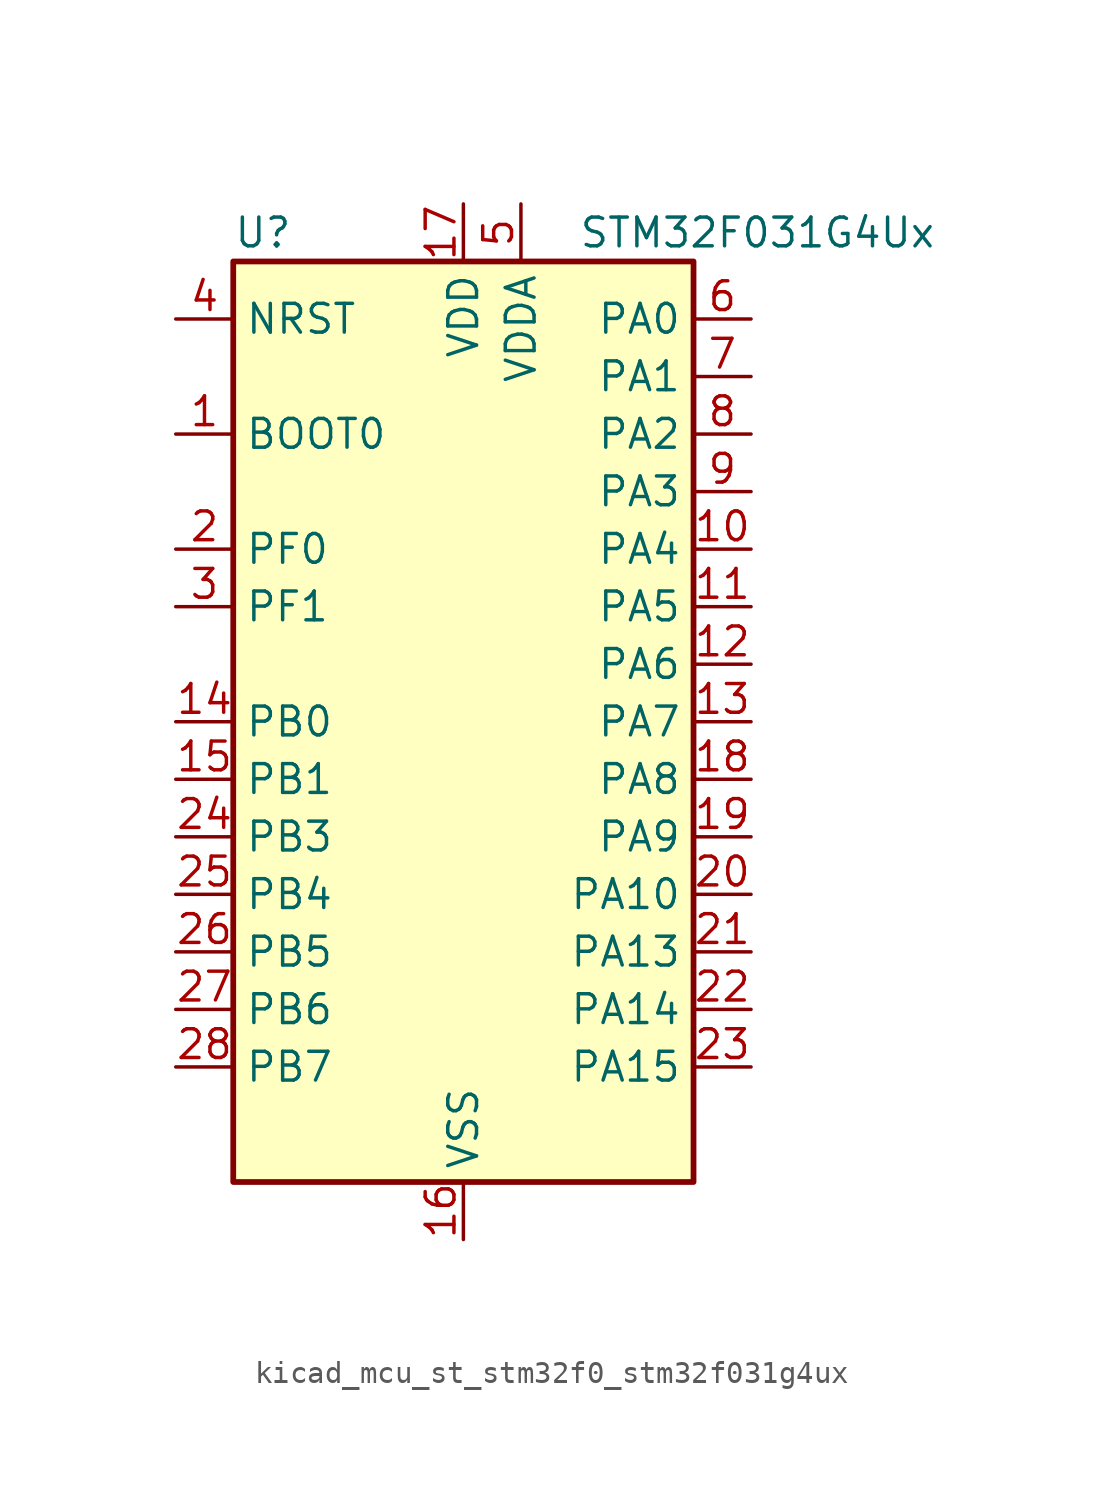
<source format=kicad_sym>
(kicad_symbol_lib
  (version 20220914)
  (generator kicad_symbol_editor)
  (symbol "kicad_mcu_st_stm32f0_stm32f031g4ux"
    (property "Reference" "U"
      (at -10.16 21.59 0)
      (effects (font (size 1.27 1.27)) (justify left)))
    (property "Value" "STM32F031G4Ux"
      (at 5.08 21.59 0)
      (effects (font (size 1.27 1.27)) (justify left)))
    (property "ki_locked" ""
      (at 0 0 0)
      (effects (font (size 1.27 1.27))))
    (symbol "kicad_mcu_st_stm32f0_stm32f031g4ux_0_1"
      (rectangle (start -10.16 -20.32) (end 10.16 20.32) (stroke (width 0.254) (type default)) (fill (type background))))
    (symbol "kicad_mcu_st_stm32f0_stm32f031g4ux_1_1"
      (pin input line (at -12.7 12.7 0) (length 2.54) (name "BOOT0" (effects (font (size 1.27 1.27)))) (number "1" (effects (font (size 1.27 1.27)))))
      (pin bidirectional line (at 12.7 7.62 180) (length 2.54) (name "PA4" (effects (font (size 1.27 1.27)))) (number "10" (effects (font (size 1.27 1.27)))) (alternate "ADC_IN4" bidirectional line) (alternate "I2S1_WS" bidirectional line) (alternate "SPI1_NSS" bidirectional line) (alternate "TIM14_CH1" bidirectional line) (alternate "USART1_CK" bidirectional line))
      (pin bidirectional line (at 12.7 5.08 180) (length 2.54) (name "PA5" (effects (font (size 1.27 1.27)))) (number "11" (effects (font (size 1.27 1.27)))) (alternate "ADC_IN5" bidirectional line) (alternate "I2S1_CK" bidirectional line) (alternate "SPI1_SCK" bidirectional line) (alternate "TIM2_CH1" bidirectional line) (alternate "TIM2_ETR" bidirectional line))
      (pin bidirectional line (at 12.7 2.54 180) (length 2.54) (name "PA6" (effects (font (size 1.27 1.27)))) (number "12" (effects (font (size 1.27 1.27)))) (alternate "ADC_IN6" bidirectional line) (alternate "I2S1_MCK" bidirectional line) (alternate "SPI1_MISO" bidirectional line) (alternate "TIM16_CH1" bidirectional line) (alternate "TIM1_BKIN" bidirectional line) (alternate "TIM3_CH1" bidirectional line))
      (pin bidirectional line (at 12.7 0 180) (length 2.54) (name "PA7" (effects (font (size 1.27 1.27)))) (number "13" (effects (font (size 1.27 1.27)))) (alternate "ADC_IN7" bidirectional line) (alternate "I2S1_SD" bidirectional line) (alternate "SPI1_MOSI" bidirectional line) (alternate "TIM14_CH1" bidirectional line) (alternate "TIM17_CH1" bidirectional line) (alternate "TIM1_CH1N" bidirectional line) (alternate "TIM3_CH2" bidirectional line))
      (pin bidirectional line (at -12.7 0 0) (length 2.54) (name "PB0" (effects (font (size 1.27 1.27)))) (number "14" (effects (font (size 1.27 1.27)))) (alternate "ADC_IN8" bidirectional line) (alternate "TIM1_CH2N" bidirectional line) (alternate "TIM3_CH3" bidirectional line))
      (pin bidirectional line (at -12.7 -2.54 0) (length 2.54) (name "PB1" (effects (font (size 1.27 1.27)))) (number "15" (effects (font (size 1.27 1.27)))) (alternate "ADC_IN9" bidirectional line) (alternate "TIM14_CH1" bidirectional line) (alternate "TIM1_CH3N" bidirectional line) (alternate "TIM3_CH4" bidirectional line))
      (pin power_in line (at 0 -22.86 90) (length 2.54) (name "VSS" (effects (font (size 1.27 1.27)))) (number "16" (effects (font (size 1.27 1.27)))))
      (pin power_in line (at 0 22.86 270) (length 2.54) (name "VDD" (effects (font (size 1.27 1.27)))) (number "17" (effects (font (size 1.27 1.27)))))
      (pin bidirectional line (at 12.7 -2.54 180) (length 2.54) (name "PA8" (effects (font (size 1.27 1.27)))) (number "18" (effects (font (size 1.27 1.27)))) (alternate "RCC_MCO" bidirectional line) (alternate "TIM1_CH1" bidirectional line) (alternate "USART1_CK" bidirectional line))
      (pin bidirectional line (at 12.7 -5.08 180) (length 2.54) (name "PA9" (effects (font (size 1.27 1.27)))) (number "19" (effects (font (size 1.27 1.27)))) (alternate "I2C1_SCL" bidirectional line) (alternate "TIM1_CH2" bidirectional line) (alternate "USART1_TX" bidirectional line))
      (pin bidirectional line (at -12.7 7.62 0) (length 2.54) (name "PF0" (effects (font (size 1.27 1.27)))) (number "2" (effects (font (size 1.27 1.27)))) (alternate "RCC_OSC_IN" bidirectional line))
      (pin bidirectional line (at 12.7 -7.62 180) (length 2.54) (name "PA10" (effects (font (size 1.27 1.27)))) (number "20" (effects (font (size 1.27 1.27)))) (alternate "I2C1_SDA" bidirectional line) (alternate "TIM17_BKIN" bidirectional line) (alternate "TIM1_CH3" bidirectional line) (alternate "USART1_RX" bidirectional line))
      (pin bidirectional line (at 12.7 -10.16 180) (length 2.54) (name "PA13" (effects (font (size 1.27 1.27)))) (number "21" (effects (font (size 1.27 1.27)))) (alternate "IR_OUT" bidirectional line) (alternate "SYS_SWDIO" bidirectional line))
      (pin bidirectional line (at 12.7 -12.7 180) (length 2.54) (name "PA14" (effects (font (size 1.27 1.27)))) (number "22" (effects (font (size 1.27 1.27)))) (alternate "SYS_SWCLK" bidirectional line) (alternate "USART1_TX" bidirectional line))
      (pin bidirectional line (at 12.7 -15.24 180) (length 2.54) (name "PA15" (effects (font (size 1.27 1.27)))) (number "23" (effects (font (size 1.27 1.27)))) (alternate "I2S1_WS" bidirectional line) (alternate "SPI1_NSS" bidirectional line) (alternate "TIM2_CH1" bidirectional line) (alternate "TIM2_ETR" bidirectional line) (alternate "USART1_RX" bidirectional line))
      (pin bidirectional line (at -12.7 -5.08 0) (length 2.54) (name "PB3" (effects (font (size 1.27 1.27)))) (number "24" (effects (font (size 1.27 1.27)))) (alternate "I2S1_CK" bidirectional line) (alternate "SPI1_SCK" bidirectional line) (alternate "TIM2_CH2" bidirectional line))
      (pin bidirectional line (at -12.7 -7.62 0) (length 2.54) (name "PB4" (effects (font (size 1.27 1.27)))) (number "25" (effects (font (size 1.27 1.27)))) (alternate "I2S1_MCK" bidirectional line) (alternate "SPI1_MISO" bidirectional line) (alternate "TIM3_CH1" bidirectional line))
      (pin bidirectional line (at -12.7 -10.16 0) (length 2.54) (name "PB5" (effects (font (size 1.27 1.27)))) (number "26" (effects (font (size 1.27 1.27)))) (alternate "I2C1_SMBA" bidirectional line) (alternate "I2S1_SD" bidirectional line) (alternate "SPI1_MOSI" bidirectional line) (alternate "TIM16_BKIN" bidirectional line) (alternate "TIM3_CH2" bidirectional line))
      (pin bidirectional line (at -12.7 -12.7 0) (length 2.54) (name "PB6" (effects (font (size 1.27 1.27)))) (number "27" (effects (font (size 1.27 1.27)))) (alternate "I2C1_SCL" bidirectional line) (alternate "TIM16_CH1N" bidirectional line) (alternate "USART1_TX" bidirectional line))
      (pin bidirectional line (at -12.7 -15.24 0) (length 2.54) (name "PB7" (effects (font (size 1.27 1.27)))) (number "28" (effects (font (size 1.27 1.27)))) (alternate "I2C1_SDA" bidirectional line) (alternate "TIM17_CH1N" bidirectional line) (alternate "USART1_RX" bidirectional line))
      (pin bidirectional line (at -12.7 5.08 0) (length 2.54) (name "PF1" (effects (font (size 1.27 1.27)))) (number "3" (effects (font (size 1.27 1.27)))) (alternate "RCC_OSC_OUT" bidirectional line))
      (pin input line (at -12.7 17.78 0) (length 2.54) (name "NRST" (effects (font (size 1.27 1.27)))) (number "4" (effects (font (size 1.27 1.27)))))
      (pin power_in line (at 2.54 22.86 270) (length 2.54) (name "VDDA" (effects (font (size 1.27 1.27)))) (number "5" (effects (font (size 1.27 1.27)))))
      (pin bidirectional line (at 12.7 17.78 180) (length 2.54) (name "PA0" (effects (font (size 1.27 1.27)))) (number "6" (effects (font (size 1.27 1.27)))) (alternate "ADC_IN0" bidirectional line) (alternate "RTC_TAMP2" bidirectional line) (alternate "SYS_WKUP1" bidirectional line) (alternate "TIM2_CH1" bidirectional line) (alternate "TIM2_ETR" bidirectional line) (alternate "USART1_CTS" bidirectional line))
      (pin bidirectional line (at 12.7 15.24 180) (length 2.54) (name "PA1" (effects (font (size 1.27 1.27)))) (number "7" (effects (font (size 1.27 1.27)))) (alternate "ADC_IN1" bidirectional line) (alternate "TIM2_CH2" bidirectional line) (alternate "USART1_DE" bidirectional line) (alternate "USART1_RTS" bidirectional line))
      (pin bidirectional line (at 12.7 12.7 180) (length 2.54) (name "PA2" (effects (font (size 1.27 1.27)))) (number "8" (effects (font (size 1.27 1.27)))) (alternate "ADC_IN2" bidirectional line) (alternate "TIM2_CH3" bidirectional line) (alternate "USART1_TX" bidirectional line))
      (pin bidirectional line (at 12.7 10.16 180) (length 2.54) (name "PA3" (effects (font (size 1.27 1.27)))) (number "9" (effects (font (size 1.27 1.27)))) (alternate "ADC_IN3" bidirectional line) (alternate "TIM2_CH4" bidirectional line) (alternate "USART1_RX" bidirectional line)))))
</source>
